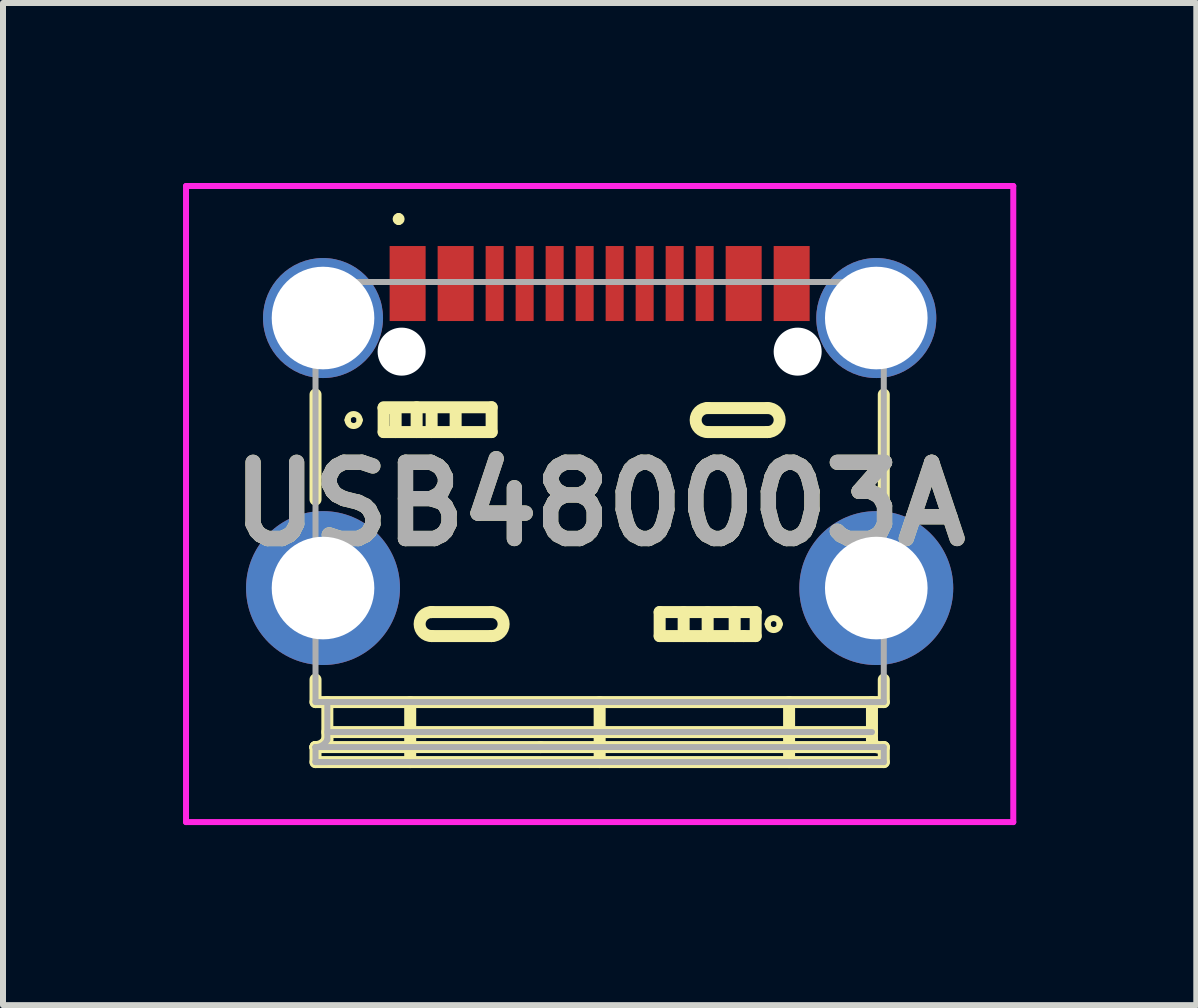
<source format=kicad_pcb>
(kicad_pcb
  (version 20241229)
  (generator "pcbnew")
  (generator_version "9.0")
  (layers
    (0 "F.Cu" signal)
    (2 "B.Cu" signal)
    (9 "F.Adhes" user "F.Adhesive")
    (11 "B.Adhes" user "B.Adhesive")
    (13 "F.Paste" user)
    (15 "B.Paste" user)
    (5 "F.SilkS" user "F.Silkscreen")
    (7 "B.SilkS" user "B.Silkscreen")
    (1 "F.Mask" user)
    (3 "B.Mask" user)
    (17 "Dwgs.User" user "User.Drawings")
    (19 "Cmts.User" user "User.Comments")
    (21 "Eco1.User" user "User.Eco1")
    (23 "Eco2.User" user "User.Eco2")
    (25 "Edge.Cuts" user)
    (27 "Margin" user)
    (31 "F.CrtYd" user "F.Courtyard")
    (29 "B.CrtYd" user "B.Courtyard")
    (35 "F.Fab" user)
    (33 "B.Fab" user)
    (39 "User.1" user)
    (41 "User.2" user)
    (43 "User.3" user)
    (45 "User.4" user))
  (footprint "USB480003A"
    (layer "F.Cu")
    (at 6.943 5.35)
    (property "Reference" "USB480003A" (at 0 0 0) (layer "F.SilkS") (effects (font (size 1.27 1.27) (thickness 0.254))))
    (attr through_hole)
    (fp_line (start -4.735 -1.825) (end -4.735 -0.075) (stroke (width 0.2) (type solid)) (layer "F.SilkS"))
    (fp_line (start -4.735 2.925) (end -4.735 3.3) (stroke (width 0.2) (type solid)) (layer "F.SilkS"))
    (fp_line (start -4.735 3.3) (end 4.735 3.3) (stroke (width 0.2) (type solid)) (layer "F.SilkS"))
    (fp_line (start -4.735 4.05) (end -4.735 4.05) (stroke (width 0.2) (type solid)) (layer "F.SilkS"))
    (fp_line (start -4.735 4.05) (end -4.735 4.05) (stroke (width 0.2) (type solid)) (layer "F.SilkS"))
    (fp_line (start -4.735 4.05) (end -4.735 4.3) (stroke (width 0.2) (type solid)) (layer "F.SilkS"))
    (fp_line (start -4.735 4.3) (end 4.735 4.3) (stroke (width 0.2) (type solid)) (layer "F.SilkS"))
    (fp_line (start -4.538 3.8) (end 4.538 3.8) (stroke (width 0.2) (type solid)) (layer "F.SilkS"))
    (fp_line (start -4.538 3.925) (end -4.538 3.3) (stroke (width 0.2) (type solid)) (layer "F.SilkS"))
    (fp_line (start -4.2 -1.4) (end -4.2 -1.4) (stroke (width 0.1) (type solid)) (layer "F.SilkS"))
    (fp_line (start -4 -1.4) (end -4 -1.4) (stroke (width 0.1) (type solid)) (layer "F.SilkS"))
    (fp_line (start -3.6 -1.613) (end -1.8 -1.613) (stroke (width 0.2) (type solid)) (layer "F.SilkS"))
    (fp_line (start -3.6 -1.6) (end -3.4 -1.6) (stroke (width 0.2) (type solid)) (layer "F.SilkS"))
    (fp_line (start -3.6 -1.2) (end -3.6 -1.6) (stroke (width 0.2) (type solid)) (layer "F.SilkS"))
    (fp_line (start -3.4 -1.6) (end -3.4 -1.2) (stroke (width 0.2) (type solid)) (layer "F.SilkS"))
    (fp_line (start -3.35 -4.8) (end -3.35 -4.8) (stroke (width 0.1) (type solid)) (layer "F.SilkS"))
    (fp_line (start -3.35 -4.7) (end -3.35 -4.7) (stroke (width 0.1) (type solid)) (layer "F.SilkS"))
    (fp_line (start -3.157 4.3) (end -3.157 3.3) (stroke (width 0.2) (type solid)) (layer "F.SilkS"))
    (fp_line (start -3.05 -1.613) (end -3.05 -1.2) (stroke (width 0.2) (type solid)) (layer "F.SilkS"))
    (fp_line (start -2.8 -1.6) (end -2.8 -1.2) (stroke (width 0.2) (type solid)) (layer "F.SilkS"))
    (fp_line (start -2.8 1.8) (end -2.8 1.8) (stroke (width 0.2) (type solid)) (layer "F.SilkS"))
    (fp_line (start -2.8 2.2) (end -1.8 2.2) (stroke (width 0.2) (type solid)) (layer "F.SilkS"))
    (fp_line (start -2.4 -1.6) (end -2.4 -1.2) (stroke (width 0.2) (type solid)) (layer "F.SilkS"))
    (fp_line (start -1.8 -1.613) (end -1.8 -1.2) (stroke (width 0.2) (type solid)) (layer "F.SilkS"))
    (fp_line (start -1.8 -1.2) (end -3.6 -1.2) (stroke (width 0.2) (type solid)) (layer "F.SilkS"))
    (fp_line (start -1.8 1.8) (end -2.8 1.8) (stroke (width 0.2) (type solid)) (layer "F.SilkS"))
    (fp_line (start -1.8 2.2) (end -1.8 2.2) (stroke (width 0.2) (type solid)) (layer "F.SilkS"))
    (fp_line (start -0.986 4.05) (end -4.735 4.05) (stroke (width 0.2) (type solid)) (layer "F.SilkS"))
    (fp_line (start 0 4.3) (end 0 3.3) (stroke (width 0.2) (type solid)) (layer "F.SilkS"))
    (fp_line (start 1 1.8) (end 2.6 1.8) (stroke (width 0.2) (type solid)) (layer "F.SilkS"))
    (fp_line (start 1 2.2) (end 1 1.8) (stroke (width 0.2) (type solid)) (layer "F.SilkS"))
    (fp_line (start 1.4 2.2) (end 1.4 1.8) (stroke (width 0.2) (type solid)) (layer "F.SilkS"))
    (fp_line (start 1.8 -1.6) (end 1.8 -1.6) (stroke (width 0.2) (type solid)) (layer "F.SilkS"))
    (fp_line (start 1.8 -1.2) (end 2.8 -1.2) (stroke (width 0.2) (type solid)) (layer "F.SilkS"))
    (fp_line (start 1.8 2.2) (end 1.8 1.8) (stroke (width 0.2) (type solid)) (layer "F.SilkS"))
    (fp_line (start 2.25 2.2) (end 2.25 1.8) (stroke (width 0.2) (type solid)) (layer "F.SilkS"))
    (fp_line (start 2.4 2.2) (end 1 2.2) (stroke (width 0.2) (type solid)) (layer "F.SilkS"))
    (fp_line (start 2.6 1.8) (end 2.6 2.2) (stroke (width 0.2) (type solid)) (layer "F.SilkS"))
    (fp_line (start 2.6 2.2) (end 2.4 2.2) (stroke (width 0.2) (type solid)) (layer "F.SilkS"))
    (fp_line (start 2.8 -1.6) (end 1.8 -1.6) (stroke (width 0.2) (type solid)) (layer "F.SilkS"))
    (fp_line (start 2.8 -1.2) (end 2.8 -1.2) (stroke (width 0.2) (type solid)) (layer "F.SilkS"))
    (fp_line (start 2.8 2) (end 2.8 2) (stroke (width 0.1) (type solid)) (layer "F.SilkS"))
    (fp_line (start 3 2) (end 3 2) (stroke (width 0.1) (type solid)) (layer "F.SilkS"))
    (fp_line (start 3.157 4.3) (end 3.157 3.3) (stroke (width 0.2) (type solid)) (layer "F.SilkS"))
    (fp_line (start 4.538 3.3) (end 4.538 3.925) (stroke (width 0.2) (type solid)) (layer "F.SilkS"))
    (fp_line (start 4.538 3.925) (end 4.538 3.925) (stroke (width 0.2) (type solid)) (layer "F.SilkS"))
    (fp_line (start 4.735 -0.075) (end 4.735 -1.825) (stroke (width 0.2) (type solid)) (layer "F.SilkS"))
    (fp_line (start 4.735 3.3) (end 4.735 2.925) (stroke (width 0.2) (type solid)) (layer "F.SilkS"))
    (fp_line (start 4.735 4.05) (end -0.986 4.05) (stroke (width 0.2) (type solid)) (layer "F.SilkS"))
    (fp_line (start 4.735 4.3) (end 4.735 4.05) (stroke (width 0.2) (type solid)) (layer "F.SilkS"))
    (fp_arc (start -4.5382 3.925107) (mid -4.618458 4.016141) (end -4.735 4.05) (stroke (width 0.2) (type solid)) (layer "F.SilkS"))
    (fp_arc (start -4.2 -1.4) (mid -4.1 -1.5) (end -4 -1.4) (stroke (width 0.1) (type solid)) (layer "F.SilkS"))
    (fp_arc (start -4 -1.4) (mid -4.1 -1.3) (end -4.2 -1.4) (stroke (width 0.1) (type solid)) (layer "F.SilkS"))
    (fp_arc (start -3.35 -4.8) (mid -3.3 -4.75) (end -3.35 -4.7) (stroke (width 0.1) (type solid)) (layer "F.SilkS"))
    (fp_arc (start -3.35 -4.7) (mid -3.4 -4.75) (end -3.35 -4.8) (stroke (width 0.1) (type solid)) (layer "F.SilkS"))
    (fp_arc (start -2.8 2.2) (mid -3 2) (end -2.8 1.8) (stroke (width 0.2) (type solid)) (layer "F.SilkS"))
    (fp_arc (start -1.8 1.8) (mid -1.6 2) (end -1.8 2.2) (stroke (width 0.2) (type solid)) (layer "F.SilkS"))
    (fp_arc (start 1.8 -1.2) (mid 1.6 -1.4) (end 1.8 -1.6) (stroke (width 0.2) (type solid)) (layer "F.SilkS"))
    (fp_arc (start 2.8 -1.6) (mid 3 -1.4) (end 2.8 -1.2) (stroke (width 0.2) (type solid)) (layer "F.SilkS"))
    (fp_arc (start 2.8 2) (mid 2.9 1.9) (end 3 2) (stroke (width 0.1) (type solid)) (layer "F.SilkS"))
    (fp_arc (start 3 2) (mid 2.9 2.1) (end 2.8 2) (stroke (width 0.1) (type solid)) (layer "F.SilkS"))
    (fp_arc (start 4.734758 4.049866) (mid 4.602056 4.041517) (end 4.538 3.925) (stroke (width 0.2) (type solid)) (layer "F.SilkS"))
    (fp_line (start -6.893 -5.3) (end 6.893 -5.3) (stroke (width 0.1) (type solid)) (layer "F.CrtYd"))
    (fp_line (start -6.893 5.3) (end -6.893 -5.3) (stroke (width 0.1) (type solid)) (layer "F.CrtYd"))
    (fp_line (start 6.893 -5.3) (end 6.893 5.3) (stroke (width 0.1) (type solid)) (layer "F.CrtYd"))
    (fp_line (start 6.893 5.3) (end -6.893 5.3) (stroke (width 0.1) (type solid)) (layer "F.CrtYd"))
    (fp_line (start -4.735 -3.7) (end 4.735 -3.7) (stroke (width 0.1) (type solid)) (layer "F.Fab"))
    (fp_line (start -4.735 3.3) (end -4.735 -3.7) (stroke (width 0.1) (type solid)) (layer "F.Fab"))
    (fp_line (start -4.735 4.05) (end -4.735 4.05) (stroke (width 0.1) (type solid)) (layer "F.Fab"))
    (fp_line (start -4.735 4.05) (end -4.735 4.05) (stroke (width 0.1) (type solid)) (layer "F.Fab"))
    (fp_line (start -4.735 4.05) (end -4.735 4.3) (stroke (width 0.1) (type solid)) (layer "F.Fab"))
    (fp_line (start -4.735 4.3) (end -4.538 4.3) (stroke (width 0.1) (type solid)) (layer "F.Fab"))
    (fp_line (start -4.735 4.3) (end 4.735 4.3) (stroke (width 0.1) (type solid)) (layer "F.Fab"))
    (fp_line (start -4.538 3.8) (end 4.538 3.8) (stroke (width 0.1) (type solid)) (layer "F.Fab"))
    (fp_line (start -4.538 3.925) (end -4.538 3.3) (stroke (width 0.1) (type solid)) (layer "F.Fab"))
    (fp_line (start 4.735 -3.7) (end 4.735 3.3) (stroke (width 0.1) (type solid)) (layer "F.Fab"))
    (fp_line (start 4.735 3.3) (end -4.735 3.3) (stroke (width 0.1) (type solid)) (layer "F.Fab"))
    (fp_line (start 4.735 4.05) (end -4.735 4.05) (stroke (width 0.1) (type solid)) (layer "F.Fab"))
    (fp_line (start 4.735 4.3) (end 4.735 4.05) (stroke (width 0.1) (type solid)) (layer "F.Fab"))
    (fp_arc (start -4.5382 3.925107) (mid -4.618458 4.016141) (end -4.735 4.05) (stroke (width 0.1) (type solid)) (layer "F.Fab"))
    (fp_text user "${REFERENCE}" (at 0 0 0) (layer "F.Fab") (effects (font (size 1.27 1.27) (thickness 0.254))))
    (pad "" np_thru_hole circle (at -3.3 -2.54) (size 0.8 0.8) (drill 0.8) (layers "*.Cu" "*.Mask"))
    (pad "" np_thru_hole circle (at 3.3 -2.54) (size 0.8 0.8) (drill 0.8) (layers "*.Cu" "*.Mask"))
    (pad "A1" smd rect (at -3.2 -3.675) (size 0.6 1.25) (layers "F.Cu" "F.Mask" "F.Paste"))
    (pad "A4" smd rect (at -2.4 -3.675) (size 0.6 1.25) (layers "F.Cu" "F.Mask" "F.Paste"))
    (pad "A5" smd rect (at -1.25 -3.675) (size 0.3 1.25) (layers "F.Cu" "F.Mask" "F.Paste"))
    (pad "A6" smd rect (at -0.25 -3.675) (size 0.3 1.25) (layers "F.Cu" "F.Mask" "F.Paste"))
    (pad "A7" smd rect (at 0.25 -3.675) (size 0.3 1.25) (layers "F.Cu" "F.Mask" "F.Paste"))
    (pad "A8" smd rect (at 1.25 -3.675) (size 0.3 1.25) (layers "F.Cu" "F.Mask" "F.Paste"))
    (pad "A9" smd rect (at 2.4 -3.675) (size 0.6 1.25) (layers "F.Cu" "F.Mask" "F.Paste"))
    (pad "A12" smd rect (at 3.2 -3.675) (size 0.6 1.25) (layers "F.Cu" "F.Mask" "F.Paste"))
    (pad "B5" smd rect (at 1.75 -3.675) (size 0.3 1.25) (layers "F.Cu" "F.Mask" "F.Paste"))
    (pad "B6" smd rect (at 0.75 -3.675) (size 0.3 1.25) (layers "F.Cu" "F.Mask" "F.Paste"))
    (pad "B7" smd rect (at -0.75 -3.675) (size 0.3 1.25) (layers "F.Cu" "F.Mask" "F.Paste"))
    (pad "B8" smd rect (at -1.75 -3.675) (size 0.3 1.25) (layers "F.Cu" "F.Mask" "F.Paste"))
    (pad "S1" thru_hole circle (at -4.61 -3.1) (size 2 2) (drill 1.71) (layers "*.Cu" "*.Mask"))
    (pad "S1" thru_hole circle (at -4.61 1.4) (size 2.565 2.565) (drill 1.71) (layers "*.Cu" "*.Mask"))
    (pad "S1" thru_hole circle (at 4.61 -3.1) (size 2 2) (drill 1.71) (layers "*.Cu" "*.Mask"))
    (pad "S1" thru_hole circle (at 4.61 1.4) (size 2.565 2.565) (drill 1.71) (layers "*.Cu" "*.Mask")))
  (gr_rect
    (start -3 -3)
    (end 16.886 13.7)
    (stroke (width 0.1) (type default))
    (fill no)
    (layer "Edge.Cuts")))
</source>
